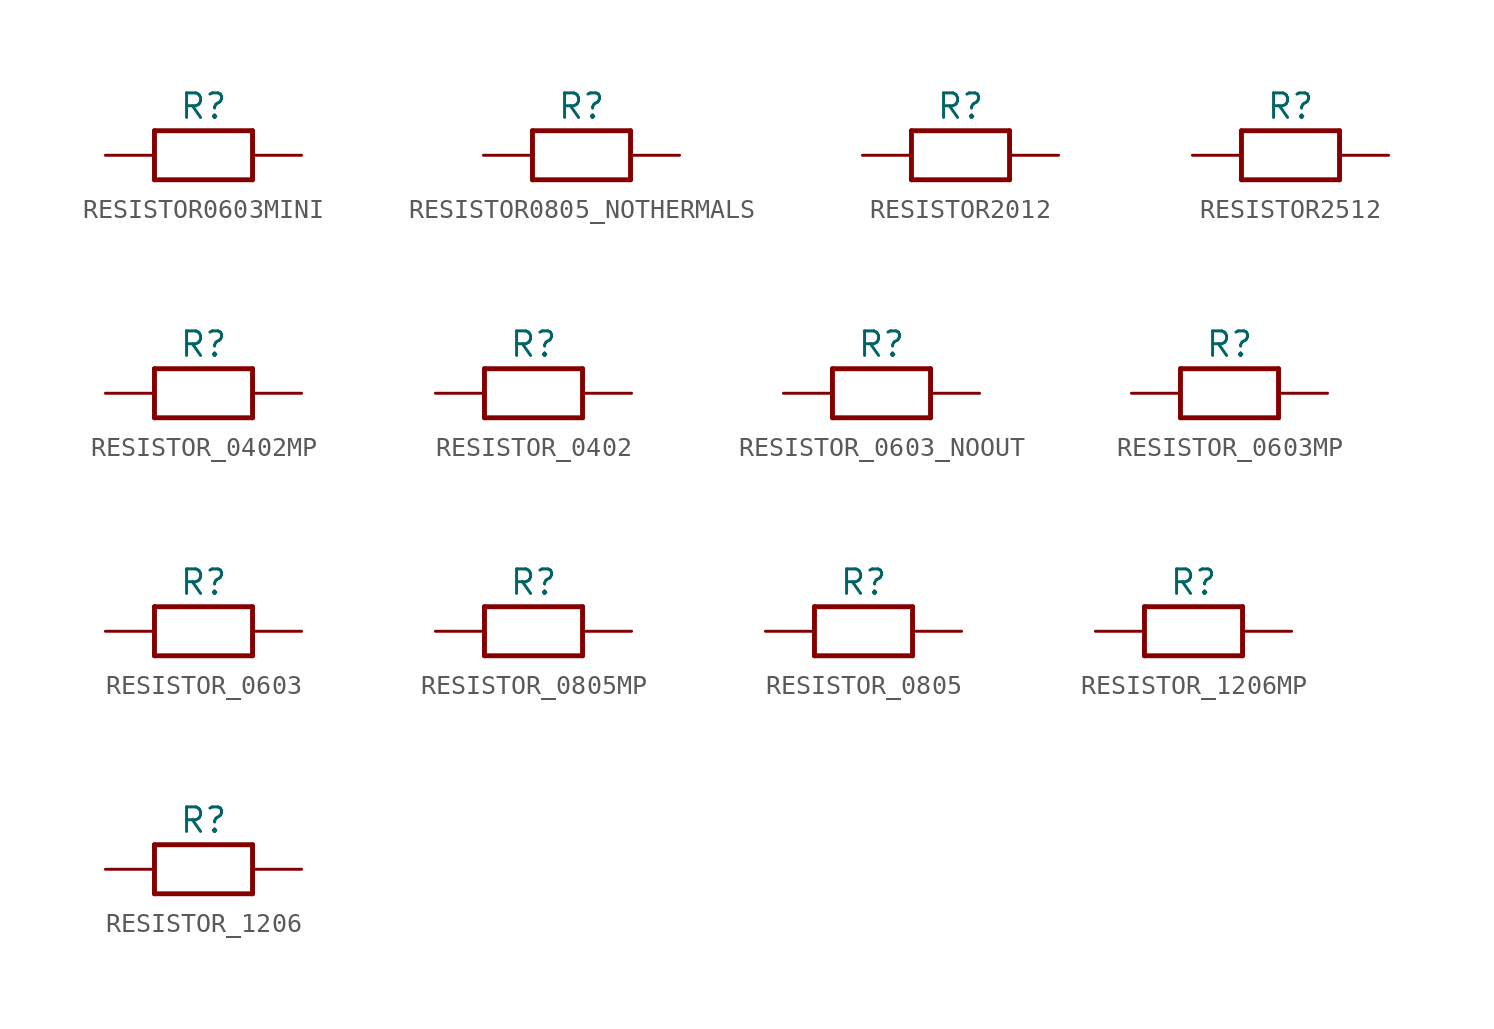
<source format=kicad_sym>
(kicad_symbol_lib
  (version 20241209)
  (generator "kicad_symbol_editor")
  (generator_version "9.0")
  (symbol "RESISTOR0603MINI"
    (property "Reference" "R"
      (at 0 2.54 0)
      (effects (font (size 1.27 1.27))))
    (property "Value" ""
      (at 0 0 0)
      (effects (font (size 1.016 1.016) (thickness 0.203) (bold yes))))
    (property "ki_locked" ""
      (at 0 0 0)
      (effects (font (size 1.27 1.27))))
    (symbol "RESISTOR0603MINI_1_0"
      (polyline (pts (xy -2.54 1.27) (xy 2.54 1.27)) (stroke (width 0.254) (type solid)) (fill (type none)))
      (polyline (pts (xy -2.54 -1.27) (xy -2.54 1.27)) (stroke (width 0.254) (type solid)) (fill (type none)))
      (polyline (pts (xy 2.54 1.27) (xy 2.54 -1.27)) (stroke (width 0.254) (type solid)) (fill (type none)))
      (polyline (pts (xy 2.54 -1.27) (xy -2.54 -1.27)) (stroke (width 0.254) (type solid)) (fill (type none)))
      (pin passive line (at -5.08 0 0) (length 2.54) (name "1" (effects (font (size 0 0)))) (number "1" (effects (font (size 0 0)))))
      (pin passive line (at 5.08 0 180) (length 2.54) (name "2" (effects (font (size 0 0)))) (number "2" (effects (font (size 0 0)))))))
  (symbol "RESISTOR0805_NOTHERMALS"
    (property "Reference" "R"
      (at 0 2.54 0)
      (effects (font (size 1.27 1.27))))
    (property "Value" ""
      (at 0 0 0)
      (effects (font (size 1.016 1.016) (thickness 0.203) (bold yes))))
    (property "ki_locked" ""
      (at 0 0 0)
      (effects (font (size 1.27 1.27))))
    (symbol "RESISTOR0805_NOTHERMALS_1_0"
      (polyline (pts (xy -2.54 1.27) (xy 2.54 1.27)) (stroke (width 0.254) (type solid)) (fill (type none)))
      (polyline (pts (xy -2.54 -1.27) (xy -2.54 1.27)) (stroke (width 0.254) (type solid)) (fill (type none)))
      (polyline (pts (xy 2.54 1.27) (xy 2.54 -1.27)) (stroke (width 0.254) (type solid)) (fill (type none)))
      (polyline (pts (xy 2.54 -1.27) (xy -2.54 -1.27)) (stroke (width 0.254) (type solid)) (fill (type none)))
      (pin passive line (at -5.08 0 0) (length 2.54) (name "1" (effects (font (size 0 0)))) (number "1" (effects (font (size 0 0)))))
      (pin passive line (at 5.08 0 180) (length 2.54) (name "2" (effects (font (size 0 0)))) (number "2" (effects (font (size 0 0)))))))
  (symbol "RESISTOR2012"
    (property "Reference" "R"
      (at 0 2.54 0)
      (effects (font (size 1.27 1.27))))
    (property "Value" ""
      (at 0 0 0)
      (effects (font (size 1.016 1.016) (thickness 0.203) (bold yes))))
    (property "ki_locked" ""
      (at 0 0 0)
      (effects (font (size 1.27 1.27))))
    (symbol "RESISTOR2012_1_0"
      (polyline (pts (xy -2.54 1.27) (xy 2.54 1.27)) (stroke (width 0.254) (type solid)) (fill (type none)))
      (polyline (pts (xy -2.54 -1.27) (xy -2.54 1.27)) (stroke (width 0.254) (type solid)) (fill (type none)))
      (polyline (pts (xy 2.54 1.27) (xy 2.54 -1.27)) (stroke (width 0.254) (type solid)) (fill (type none)))
      (polyline (pts (xy 2.54 -1.27) (xy -2.54 -1.27)) (stroke (width 0.254) (type solid)) (fill (type none)))
      (pin passive line (at -5.08 0 0) (length 2.54) (name "1" (effects (font (size 0 0)))) (number "1" (effects (font (size 0 0)))))
      (pin passive line (at 5.08 0 180) (length 2.54) (name "2" (effects (font (size 0 0)))) (number "2" (effects (font (size 0 0)))))))
  (symbol "RESISTOR2512"
    (property "Reference" "R"
      (at 0 2.54 0)
      (effects (font (size 1.27 1.27))))
    (property "Value" ""
      (at 0 0 0)
      (effects (font (size 1.016 1.016) (thickness 0.203) (bold yes))))
    (property "ki_locked" ""
      (at 0 0 0)
      (effects (font (size 1.27 1.27))))
    (symbol "RESISTOR2512_1_0"
      (polyline (pts (xy -2.54 1.27) (xy 2.54 1.27)) (stroke (width 0.254) (type solid)) (fill (type none)))
      (polyline (pts (xy -2.54 -1.27) (xy -2.54 1.27)) (stroke (width 0.254) (type solid)) (fill (type none)))
      (polyline (pts (xy 2.54 1.27) (xy 2.54 -1.27)) (stroke (width 0.254) (type solid)) (fill (type none)))
      (polyline (pts (xy 2.54 -1.27) (xy -2.54 -1.27)) (stroke (width 0.254) (type solid)) (fill (type none)))
      (pin passive line (at -5.08 0 0) (length 2.54) (name "1" (effects (font (size 0 0)))) (number "1" (effects (font (size 0 0)))))
      (pin passive line (at 5.08 0 180) (length 2.54) (name "2" (effects (font (size 0 0)))) (number "2" (effects (font (size 0 0)))))))
  (symbol "RESISTOR_0402MP"
    (property "Reference" "R"
      (at 0 2.54 0)
      (effects (font (size 1.27 1.27))))
    (property "Value" ""
      (at 0 0 0)
      (effects (font (size 1.016 1.016) (thickness 0.203) (bold yes))))
    (property "ki_locked" ""
      (at 0 0 0)
      (effects (font (size 1.27 1.27))))
    (symbol "RESISTOR_0402MP_1_0"
      (polyline (pts (xy -2.54 1.27) (xy 2.54 1.27)) (stroke (width 0.254) (type solid)) (fill (type none)))
      (polyline (pts (xy -2.54 -1.27) (xy -2.54 1.27)) (stroke (width 0.254) (type solid)) (fill (type none)))
      (polyline (pts (xy 2.54 1.27) (xy 2.54 -1.27)) (stroke (width 0.254) (type solid)) (fill (type none)))
      (polyline (pts (xy 2.54 -1.27) (xy -2.54 -1.27)) (stroke (width 0.254) (type solid)) (fill (type none)))
      (pin passive line (at -5.08 0 0) (length 2.54) (name "1" (effects (font (size 0 0)))) (number "1" (effects (font (size 0 0)))))
      (pin passive line (at 5.08 0 180) (length 2.54) (name "2" (effects (font (size 0 0)))) (number "2" (effects (font (size 0 0)))))))
  (symbol "RESISTOR_0402"
    (property "Reference" "R"
      (at 0 2.54 0)
      (effects (font (size 1.27 1.27))))
    (property "Value" ""
      (at 0 0 0)
      (effects (font (size 1.016 1.016) (thickness 0.203) (bold yes))))
    (property "ki_locked" ""
      (at 0 0 0)
      (effects (font (size 1.27 1.27))))
    (symbol "RESISTOR_0402_1_0"
      (polyline (pts (xy -2.54 1.27) (xy 2.54 1.27)) (stroke (width 0.254) (type solid)) (fill (type none)))
      (polyline (pts (xy -2.54 -1.27) (xy -2.54 1.27)) (stroke (width 0.254) (type solid)) (fill (type none)))
      (polyline (pts (xy 2.54 1.27) (xy 2.54 -1.27)) (stroke (width 0.254) (type solid)) (fill (type none)))
      (polyline (pts (xy 2.54 -1.27) (xy -2.54 -1.27)) (stroke (width 0.254) (type solid)) (fill (type none)))
      (pin passive line (at -5.08 0 0) (length 2.54) (name "1" (effects (font (size 0 0)))) (number "1" (effects (font (size 0 0)))))
      (pin passive line (at 5.08 0 180) (length 2.54) (name "2" (effects (font (size 0 0)))) (number "2" (effects (font (size 0 0)))))))
  (symbol "RESISTOR_0603_NOOUT"
    (property "Reference" "R"
      (at 0 2.54 0)
      (effects (font (size 1.27 1.27))))
    (property "Value" ""
      (at 0 0 0)
      (effects (font (size 1.016 1.016) (thickness 0.203) (bold yes))))
    (property "ki_locked" ""
      (at 0 0 0)
      (effects (font (size 1.27 1.27))))
    (symbol "RESISTOR_0603_NOOUT_1_0"
      (polyline (pts (xy -2.54 1.27) (xy 2.54 1.27)) (stroke (width 0.254) (type solid)) (fill (type none)))
      (polyline (pts (xy -2.54 -1.27) (xy -2.54 1.27)) (stroke (width 0.254) (type solid)) (fill (type none)))
      (polyline (pts (xy 2.54 1.27) (xy 2.54 -1.27)) (stroke (width 0.254) (type solid)) (fill (type none)))
      (polyline (pts (xy 2.54 -1.27) (xy -2.54 -1.27)) (stroke (width 0.254) (type solid)) (fill (type none)))
      (pin passive line (at -5.08 0 0) (length 2.54) (name "1" (effects (font (size 0 0)))) (number "1" (effects (font (size 0 0)))))
      (pin passive line (at 5.08 0 180) (length 2.54) (name "2" (effects (font (size 0 0)))) (number "2" (effects (font (size 0 0)))))))
  (symbol "RESISTOR_0603MP"
    (property "Reference" "R"
      (at 0 2.54 0)
      (effects (font (size 1.27 1.27))))
    (property "Value" ""
      (at 0 0 0)
      (effects (font (size 1.016 1.016) (thickness 0.203) (bold yes))))
    (property "ki_locked" ""
      (at 0 0 0)
      (effects (font (size 1.27 1.27))))
    (symbol "RESISTOR_0603MP_1_0"
      (polyline (pts (xy -2.54 1.27) (xy 2.54 1.27)) (stroke (width 0.254) (type solid)) (fill (type none)))
      (polyline (pts (xy -2.54 -1.27) (xy -2.54 1.27)) (stroke (width 0.254) (type solid)) (fill (type none)))
      (polyline (pts (xy 2.54 1.27) (xy 2.54 -1.27)) (stroke (width 0.254) (type solid)) (fill (type none)))
      (polyline (pts (xy 2.54 -1.27) (xy -2.54 -1.27)) (stroke (width 0.254) (type solid)) (fill (type none)))
      (pin passive line (at -5.08 0 0) (length 2.54) (name "1" (effects (font (size 0 0)))) (number "1" (effects (font (size 0 0)))))
      (pin passive line (at 5.08 0 180) (length 2.54) (name "2" (effects (font (size 0 0)))) (number "2" (effects (font (size 0 0)))))))
  (symbol "RESISTOR_0603"
    (property "Reference" "R"
      (at 0 2.54 0)
      (effects (font (size 1.27 1.27))))
    (property "Value" ""
      (at 0 0 0)
      (effects (font (size 1.016 1.016) (thickness 0.203) (bold yes))))
    (property "ki_locked" ""
      (at 0 0 0)
      (effects (font (size 1.27 1.27))))
    (symbol "RESISTOR_0603_1_0"
      (polyline (pts (xy -2.54 1.27) (xy 2.54 1.27)) (stroke (width 0.254) (type solid)) (fill (type none)))
      (polyline (pts (xy -2.54 -1.27) (xy -2.54 1.27)) (stroke (width 0.254) (type solid)) (fill (type none)))
      (polyline (pts (xy 2.54 1.27) (xy 2.54 -1.27)) (stroke (width 0.254) (type solid)) (fill (type none)))
      (polyline (pts (xy 2.54 -1.27) (xy -2.54 -1.27)) (stroke (width 0.254) (type solid)) (fill (type none)))
      (pin passive line (at -5.08 0 0) (length 2.54) (name "1" (effects (font (size 0 0)))) (number "1" (effects (font (size 0 0)))))
      (pin passive line (at 5.08 0 180) (length 2.54) (name "2" (effects (font (size 0 0)))) (number "2" (effects (font (size 0 0)))))))
  (symbol "RESISTOR_0805MP"
    (property "Reference" "R"
      (at 0 2.54 0)
      (effects (font (size 1.27 1.27))))
    (property "Value" ""
      (at 0 0 0)
      (effects (font (size 1.016 1.016) (thickness 0.203) (bold yes))))
    (property "ki_locked" ""
      (at 0 0 0)
      (effects (font (size 1.27 1.27))))
    (symbol "RESISTOR_0805MP_1_0"
      (polyline (pts (xy -2.54 1.27) (xy 2.54 1.27)) (stroke (width 0.254) (type solid)) (fill (type none)))
      (polyline (pts (xy -2.54 -1.27) (xy -2.54 1.27)) (stroke (width 0.254) (type solid)) (fill (type none)))
      (polyline (pts (xy 2.54 1.27) (xy 2.54 -1.27)) (stroke (width 0.254) (type solid)) (fill (type none)))
      (polyline (pts (xy 2.54 -1.27) (xy -2.54 -1.27)) (stroke (width 0.254) (type solid)) (fill (type none)))
      (pin passive line (at -5.08 0 0) (length 2.54) (name "1" (effects (font (size 0 0)))) (number "1" (effects (font (size 0 0)))))
      (pin passive line (at 5.08 0 180) (length 2.54) (name "2" (effects (font (size 0 0)))) (number "2" (effects (font (size 0 0)))))))
  (symbol "RESISTOR_0805"
    (property "Reference" "R"
      (at 0 2.54 0)
      (effects (font (size 1.27 1.27))))
    (property "Value" ""
      (at 0 0 0)
      (effects (font (size 1.016 1.016) (thickness 0.203) (bold yes))))
    (property "ki_locked" ""
      (at 0 0 0)
      (effects (font (size 1.27 1.27))))
    (symbol "RESISTOR_0805_1_0"
      (polyline (pts (xy -2.54 1.27) (xy 2.54 1.27)) (stroke (width 0.254) (type solid)) (fill (type none)))
      (polyline (pts (xy -2.54 -1.27) (xy -2.54 1.27)) (stroke (width 0.254) (type solid)) (fill (type none)))
      (polyline (pts (xy 2.54 1.27) (xy 2.54 -1.27)) (stroke (width 0.254) (type solid)) (fill (type none)))
      (polyline (pts (xy 2.54 -1.27) (xy -2.54 -1.27)) (stroke (width 0.254) (type solid)) (fill (type none)))
      (pin passive line (at -5.08 0 0) (length 2.54) (name "1" (effects (font (size 0 0)))) (number "1" (effects (font (size 0 0)))))
      (pin passive line (at 5.08 0 180) (length 2.54) (name "2" (effects (font (size 0 0)))) (number "2" (effects (font (size 0 0)))))))
  (symbol "RESISTOR_1206MP"
    (property "Reference" "R"
      (at 0 2.54 0)
      (effects (font (size 1.27 1.27))))
    (property "Value" ""
      (at 0 0 0)
      (effects (font (size 1.016 1.016) (thickness 0.203) (bold yes))))
    (property "ki_locked" ""
      (at 0 0 0)
      (effects (font (size 1.27 1.27))))
    (symbol "RESISTOR_1206MP_1_0"
      (polyline (pts (xy -2.54 1.27) (xy 2.54 1.27)) (stroke (width 0.254) (type solid)) (fill (type none)))
      (polyline (pts (xy -2.54 -1.27) (xy -2.54 1.27)) (stroke (width 0.254) (type solid)) (fill (type none)))
      (polyline (pts (xy 2.54 1.27) (xy 2.54 -1.27)) (stroke (width 0.254) (type solid)) (fill (type none)))
      (polyline (pts (xy 2.54 -1.27) (xy -2.54 -1.27)) (stroke (width 0.254) (type solid)) (fill (type none)))
      (pin passive line (at -5.08 0 0) (length 2.54) (name "1" (effects (font (size 0 0)))) (number "1" (effects (font (size 0 0)))))
      (pin passive line (at 5.08 0 180) (length 2.54) (name "2" (effects (font (size 0 0)))) (number "2" (effects (font (size 0 0)))))))
  (symbol "RESISTOR_1206"
    (property "Reference" "R"
      (at 0 2.54 0)
      (effects (font (size 1.27 1.27))))
    (property "Value" ""
      (at 0 0 0)
      (effects (font (size 1.016 1.016) (thickness 0.203) (bold yes))))
    (property "ki_locked" ""
      (at 0 0 0)
      (effects (font (size 1.27 1.27))))
    (symbol "RESISTOR_1206_1_0"
      (polyline (pts (xy -2.54 1.27) (xy 2.54 1.27)) (stroke (width 0.254) (type solid)) (fill (type none)))
      (polyline (pts (xy -2.54 -1.27) (xy -2.54 1.27)) (stroke (width 0.254) (type solid)) (fill (type none)))
      (polyline (pts (xy 2.54 1.27) (xy 2.54 -1.27)) (stroke (width 0.254) (type solid)) (fill (type none)))
      (polyline (pts (xy 2.54 -1.27) (xy -2.54 -1.27)) (stroke (width 0.254) (type solid)) (fill (type none)))
      (pin passive line (at -5.08 0 0) (length 2.54) (name "1" (effects (font (size 0 0)))) (number "1" (effects (font (size 0 0)))))
      (pin passive line (at 5.08 0 180) (length 2.54) (name "2" (effects (font (size 0 0)))) (number "2" (effects (font (size 0 0))))))))
</source>
